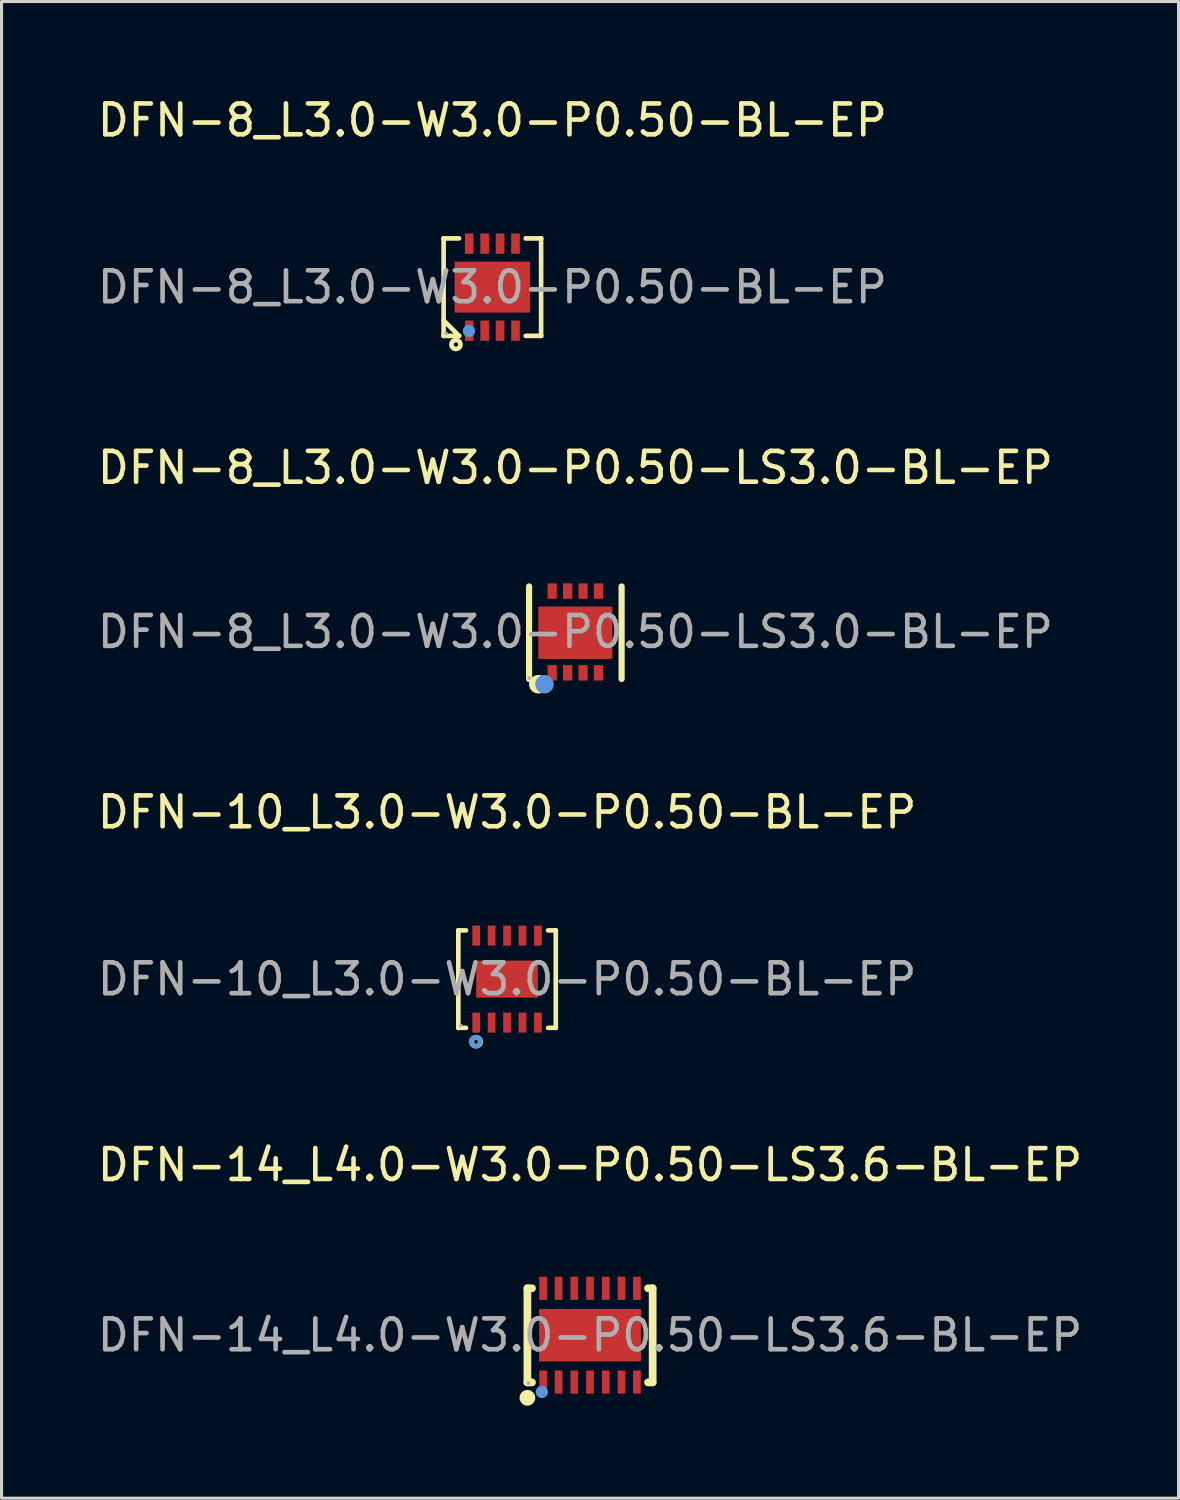
<source format=kicad_pcb>
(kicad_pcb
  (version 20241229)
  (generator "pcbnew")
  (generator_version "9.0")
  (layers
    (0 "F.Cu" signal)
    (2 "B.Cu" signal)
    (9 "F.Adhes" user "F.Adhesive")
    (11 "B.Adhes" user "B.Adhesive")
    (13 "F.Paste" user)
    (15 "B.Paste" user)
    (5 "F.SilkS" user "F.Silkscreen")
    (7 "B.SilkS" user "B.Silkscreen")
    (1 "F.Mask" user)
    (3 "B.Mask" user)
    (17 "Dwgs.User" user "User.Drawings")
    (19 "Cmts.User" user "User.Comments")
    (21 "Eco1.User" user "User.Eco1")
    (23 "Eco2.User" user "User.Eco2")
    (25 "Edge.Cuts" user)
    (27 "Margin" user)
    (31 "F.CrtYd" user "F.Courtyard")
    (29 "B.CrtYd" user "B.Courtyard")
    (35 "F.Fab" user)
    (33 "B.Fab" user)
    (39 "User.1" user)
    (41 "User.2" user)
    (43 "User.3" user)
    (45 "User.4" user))
  (footprint "DFN-8_L3.0-W3.0-P0.50-BL-EP"
    (layer "F.Cu")
    (at 12.911 6.258)
    (property "Reference" "DFN-8_L3.0-W3.0-P0.50-BL-EP" (at 0 -5.41 0) (layer "F.SilkS") (effects (font (size 1 1) (thickness 0.15))))
    (attr through_hole)
    (fp_line (start -1.58 -1.58) (end -1.58 -1.58) (stroke (width 0.15) (type solid)) (layer "F.SilkS"))
    (fp_line (start -1.58 -1.58) (end -1.08 -1.58) (stroke (width 0.15) (type solid)) (layer "F.SilkS"))
    (fp_line (start -1.58 1.58) (end -1.58 -1.58) (stroke (width 0.15) (type solid)) (layer "F.SilkS"))
    (fp_line (start -1.58 1.58) (end -1.58 1.58) (stroke (width 0.15) (type solid)) (layer "F.SilkS"))
    (fp_line (start -1.08 1.58) (end -1.58 1.08) (stroke (width 0.15) (type solid)) (layer "F.SilkS"))
    (fp_line (start -1.08 1.58) (end -1.58 1.58) (stroke (width 0.15) (type solid)) (layer "F.SilkS"))
    (fp_line (start -1.08 1.58) (end -1.08 1.58) (stroke (width 0.15) (type solid)) (layer "F.SilkS"))
    (fp_line (start 1.08 1.58) (end 1.58 1.58) (stroke (width 0.15) (type solid)) (layer "F.SilkS"))
    (fp_line (start 1.58 -1.58) (end 1.08 -1.58) (stroke (width 0.15) (type solid)) (layer "F.SilkS"))
    (fp_line (start 1.58 -1.58) (end 1.58 -1.58) (stroke (width 0.15) (type solid)) (layer "F.SilkS"))
    (fp_line (start 1.58 1.58) (end 1.58 -1.58) (stroke (width 0.15) (type solid)) (layer "F.SilkS"))
    (fp_line (start 1.58 1.58) (end 1.58 1.58) (stroke (width 0.15) (type solid)) (layer "F.SilkS"))
    (fp_circle (center -1.18 1.86) (end -1.11 1.86) (stroke (width 0.15) (type solid)) (fill no) (layer "F.SilkS"))
    (fp_circle (center -0.76 1.42) (end -0.66 1.42) (stroke (width 0.2) (type solid)) (fill no) (layer "Cmts.User"))
    (fp_circle (center -1.5 1.5) (end -1.47 1.5) (stroke (width 0.06) (type solid)) (fill no) (layer "F.Fab"))
    (fp_text user "${REFERENCE}" (at 0 0 0) (layer "F.Fab") (effects (font (size 1 1) (thickness 0.15))))
    (pad "1" smd rect (at -0.75 1.41) (size 0.28 0.66) (layers "F.Cu" "F.Mask" "F.Paste"))
    (pad "2" smd rect (at -0.25 1.41) (size 0.28 0.66) (layers "F.Cu" "F.Mask" "F.Paste"))
    (pad "3" smd rect (at 0.25 1.41) (size 0.28 0.66) (layers "F.Cu" "F.Mask" "F.Paste"))
    (pad "4" smd rect (at 0.75 1.41) (size 0.28 0.66) (layers "F.Cu" "F.Mask" "F.Paste"))
    (pad "5" smd rect (at 0.75 -1.41) (size 0.28 0.66) (layers "F.Cu" "F.Mask" "F.Paste"))
    (pad "6" smd rect (at 0.25 -1.41) (size 0.28 0.66) (layers "F.Cu" "F.Mask" "F.Paste"))
    (pad "7" smd rect (at -0.25 -1.41) (size 0.28 0.66) (layers "F.Cu" "F.Mask" "F.Paste"))
    (pad "8" smd rect (at -0.75 -1.41) (size 0.28 0.66) (layers "F.Cu" "F.Mask" "F.Paste"))
    (pad "9" smd rect (at 0 0) (size 2.45 1.65) (layers "F.Cu" "F.Mask" "F.Paste")))
  (footprint "DFN-14_L4.0-W3.0-P0.50-LS3.6-BL-EP"
    (layer "F.Cu")
    (at 16.077 40.233)
    (property "Reference" "DFN-14_L4.0-W3.0-P0.50-LS3.6-BL-EP" (at 0 -5.52 0) (layer "F.SilkS") (effects (font (size 1 1) (thickness 0.15))))
    (attr through_hole)
    (fp_line (start -2.03 -1.52) (end -1.88 -1.52) (stroke (width 0.25) (type solid)) (layer "F.SilkS"))
    (fp_line (start -2.03 1.53) (end -2.03 -1.52) (stroke (width 0.25) (type solid)) (layer "F.SilkS"))
    (fp_line (start -2.03 1.53) (end -1.88 1.53) (stroke (width 0.25) (type solid)) (layer "F.SilkS"))
    (fp_line (start 1.88 -1.52) (end 2.03 -1.52) (stroke (width 0.25) (type solid)) (layer "F.SilkS"))
    (fp_line (start 1.88 1.53) (end 2.03 1.53) (stroke (width 0.25) (type solid)) (layer "F.SilkS"))
    (fp_line (start 2.03 1.53) (end 2.03 -1.52) (stroke (width 0.25) (type solid)) (layer "F.SilkS"))
    (fp_circle (center -2.03 2.03) (end -1.9 2.03) (stroke (width 0.25) (type solid)) (fill no) (layer "F.SilkS"))
    (fp_circle (center -1.56 1.84) (end -1.46 1.84) (stroke (width 0.2) (type solid)) (fill no) (layer "Cmts.User"))
    (fp_circle (center -2 1.55) (end -1.97 1.55) (stroke (width 0.06) (type solid)) (fill no) (layer "F.Fab"))
    (fp_text user "${REFERENCE}" (at 0 0 0) (layer "F.Fab") (effects (font (size 1 1) (thickness 0.15))))
    (pad "1" smd rect (at -1.52 1.52 180) (size 0.25 0.75) (layers "F.Cu" "F.Mask" "F.Paste"))
    (pad "2" smd rect (at -1.02 1.52 180) (size 0.25 0.75) (layers "F.Cu" "F.Mask" "F.Paste"))
    (pad "3" smd rect (at -0.51 1.52 180) (size 0.25 0.75) (layers "F.Cu" "F.Mask" "F.Paste"))
    (pad "4" smd rect (at 0 1.52 180) (size 0.25 0.75) (layers "F.Cu" "F.Mask" "F.Paste"))
    (pad "5" smd rect (at 0.51 1.52 180) (size 0.25 0.75) (layers "F.Cu" "F.Mask" "F.Paste"))
    (pad "6" smd rect (at 1.02 1.52 180) (size 0.25 0.75) (layers "F.Cu" "F.Mask" "F.Paste"))
    (pad "7" smd rect (at 1.52 1.52 180) (size 0.25 0.75) (layers "F.Cu" "F.Mask" "F.Paste"))
    (pad "8" smd rect (at 1.52 -1.52 180) (size 0.25 0.75) (layers "F.Cu" "F.Mask" "F.Paste"))
    (pad "9" smd rect (at 1.02 -1.52 180) (size 0.25 0.75) (layers "F.Cu" "F.Mask" "F.Paste"))
    (pad "10" smd rect (at 0.51 -1.52 180) (size 0.25 0.75) (layers "F.Cu" "F.Mask" "F.Paste"))
    (pad "11" smd rect (at 0 -1.52 180) (size 0.25 0.75) (layers "F.Cu" "F.Mask" "F.Paste"))
    (pad "12" smd rect (at -0.51 -1.52 180) (size 0.25 0.75) (layers "F.Cu" "F.Mask" "F.Paste"))
    (pad "13" smd rect (at -1.02 -1.52 180) (size 0.25 0.75) (layers "F.Cu" "F.Mask" "F.Paste"))
    (pad "14" smd rect (at -1.52 -1.52 180) (size 0.25 0.75) (layers "F.Cu" "F.Mask" "F.Paste"))
    (pad "15" smd rect (at 0 0 270) (size 1.7 3.3) (layers "F.Cu" "F.Mask" "F.Paste")))
  (footprint "DFN-8_L3.0-W3.0-P0.50-LS3.0-BL-EP"
    (layer "F.Cu")
    (at 15.601 17.431)
    (property "Reference" "DFN-8_L3.0-W3.0-P0.50-LS3.0-BL-EP" (at 0 -5.32 0) (layer "F.SilkS") (effects (font (size 1 1) (thickness 0.15))))
    (attr through_hole)
    (fp_line (start -1.5 1.53) (end -1.5 -1.47) (stroke (width 0.2) (type solid)) (layer "F.SilkS"))
    (fp_line (start 1.5 1.53) (end 1.5 -1.47) (stroke (width 0.2) (type solid)) (layer "F.SilkS"))
    (fp_arc (start -1.2 1.7) (mid -1.2 1.7) (end -1.2 1.7) (stroke (width 0.3) (type solid)) (layer "F.SilkS"))
    (fp_circle (center -1 1.7) (end -0.85 1.7) (stroke (width 0.3) (type solid)) (fill no) (layer "Cmts.User"))
    (fp_circle (center -1.5 1.5) (end -1.47 1.5) (stroke (width 0.06) (type solid)) (fill no) (layer "F.Fab"))
    (fp_text user "${REFERENCE}" (at 0 0 0) (layer "F.Fab") (effects (font (size 1 1) (thickness 0.15))))
    (pad "1" smd rect (at -0.75 1.33) (size 0.3 0.5) (layers "F.Cu" "F.Mask" "F.Paste"))
    (pad "2" smd rect (at -0.25 1.33) (size 0.3 0.5) (layers "F.Cu" "F.Mask" "F.Paste"))
    (pad "3" smd rect (at 0.25 1.33) (size 0.3 0.5) (layers "F.Cu" "F.Mask" "F.Paste"))
    (pad "4" smd rect (at 0.75 1.33) (size 0.3 0.5) (layers "F.Cu" "F.Mask" "F.Paste"))
    (pad "5" smd rect (at 0.75 -1.32) (size 0.3 0.5) (layers "F.Cu" "F.Mask" "F.Paste"))
    (pad "6" smd rect (at 0.25 -1.32) (size 0.3 0.5) (layers "F.Cu" "F.Mask" "F.Paste"))
    (pad "7" smd rect (at -0.25 -1.32) (size 0.3 0.5) (layers "F.Cu" "F.Mask" "F.Paste"))
    (pad "8" smd rect (at -0.75 -1.32) (size 0.3 0.5) (layers "F.Cu" "F.Mask" "F.Paste"))
    (pad "9" smd rect (at 0 0.03) (size 2.4 1.7) (layers "F.Cu" "F.Mask" "F.Paste")))
  (footprint "DFN-10_L3.0-W3.0-P0.50-BL-EP"
    (layer "F.Cu")
    (at 13.387 28.69)
    (property "Reference" "DFN-10_L3.0-W3.0-P0.50-BL-EP" (at 0 -5.41 0) (layer "F.SilkS") (effects (font (size 1 1) (thickness 0.15))))
    (attr through_hole)
    (fp_line (start -1.58 -1.58) (end -1.58 -1.58) (stroke (width 0.15) (type solid)) (layer "F.SilkS"))
    (fp_line (start -1.58 -1.58) (end -1.33 -1.58) (stroke (width 0.15) (type solid)) (layer "F.SilkS"))
    (fp_line (start -1.58 1.58) (end -1.58 -1.58) (stroke (width 0.15) (type solid)) (layer "F.SilkS"))
    (fp_line (start -1.58 1.58) (end -1.58 1.58) (stroke (width 0.15) (type solid)) (layer "F.SilkS"))
    (fp_line (start -1.33 1.58) (end -1.58 1.58) (stroke (width 0.15) (type solid)) (layer "F.SilkS"))
    (fp_line (start 1.33 1.58) (end 1.58 1.58) (stroke (width 0.15) (type solid)) (layer "F.SilkS"))
    (fp_line (start 1.58 -1.58) (end 1.33 -1.58) (stroke (width 0.15) (type solid)) (layer "F.SilkS"))
    (fp_line (start 1.58 -1.58) (end 1.58 -1.58) (stroke (width 0.15) (type solid)) (layer "F.SilkS"))
    (fp_line (start 1.58 1.58) (end 1.58 -1.58) (stroke (width 0.15) (type solid)) (layer "F.SilkS"))
    (fp_line (start 1.58 1.58) (end 1.58 1.58) (stroke (width 0.15) (type solid)) (layer "F.SilkS"))
    (fp_circle (center -1 2.03) (end -0.93 2.03) (stroke (width 0.15) (type solid)) (fill no) (layer "F.SilkS"))
    (fp_circle (center -1.02 2.03) (end -0.95 2.03) (stroke (width 0.15) (type solid)) (fill no) (layer "Cmts.User"))
    (fp_circle (center -1.5 1.5) (end -1.47 1.5) (stroke (width 0.06) (type solid)) (fill no) (layer "F.Fab"))
    (fp_text user "${REFERENCE}" (at 0 0 0) (layer "F.Fab") (effects (font (size 1 1) (thickness 0.15))))
    (pad "1" smd rect (at -1 1.41) (size 0.25 0.65) (layers "F.Cu" "F.Mask" "F.Paste"))
    (pad "2" smd rect (at -0.5 1.41) (size 0.25 0.65) (layers "F.Cu" "F.Mask" "F.Paste"))
    (pad "3" smd rect (at 0 1.41) (size 0.25 0.65) (layers "F.Cu" "F.Mask" "F.Paste"))
    (pad "4" smd rect (at 0.5 1.41) (size 0.25 0.65) (layers "F.Cu" "F.Mask" "F.Paste"))
    (pad "5" smd rect (at 1 1.41) (size 0.25 0.65) (layers "F.Cu" "F.Mask" "F.Paste"))
    (pad "6" smd rect (at 1 -1.41) (size 0.25 0.65) (layers "F.Cu" "F.Mask" "F.Paste"))
    (pad "7" smd rect (at 0.5 -1.41) (size 0.25 0.65) (layers "F.Cu" "F.Mask" "F.Paste"))
    (pad "8" smd rect (at 0 -1.41) (size 0.25 0.65) (layers "F.Cu" "F.Mask" "F.Paste"))
    (pad "9" smd rect (at -0.5 -1.41) (size 0.25 0.65) (layers "F.Cu" "F.Mask" "F.Paste"))
    (pad "10" smd rect (at -1 -1.41) (size 0.25 0.65) (layers "F.Cu" "F.Mask" "F.Paste"))
    (pad "11" smd rect (at 0 0) (size 2 1.2) (layers "F.Cu" "F.Mask" "F.Paste")))
  (gr_rect
    (start -3 -3)
    (end 35.155 45.518)
    (stroke (width 0.1) (type default))
    (fill no)
    (layer "Edge.Cuts")))
</source>
